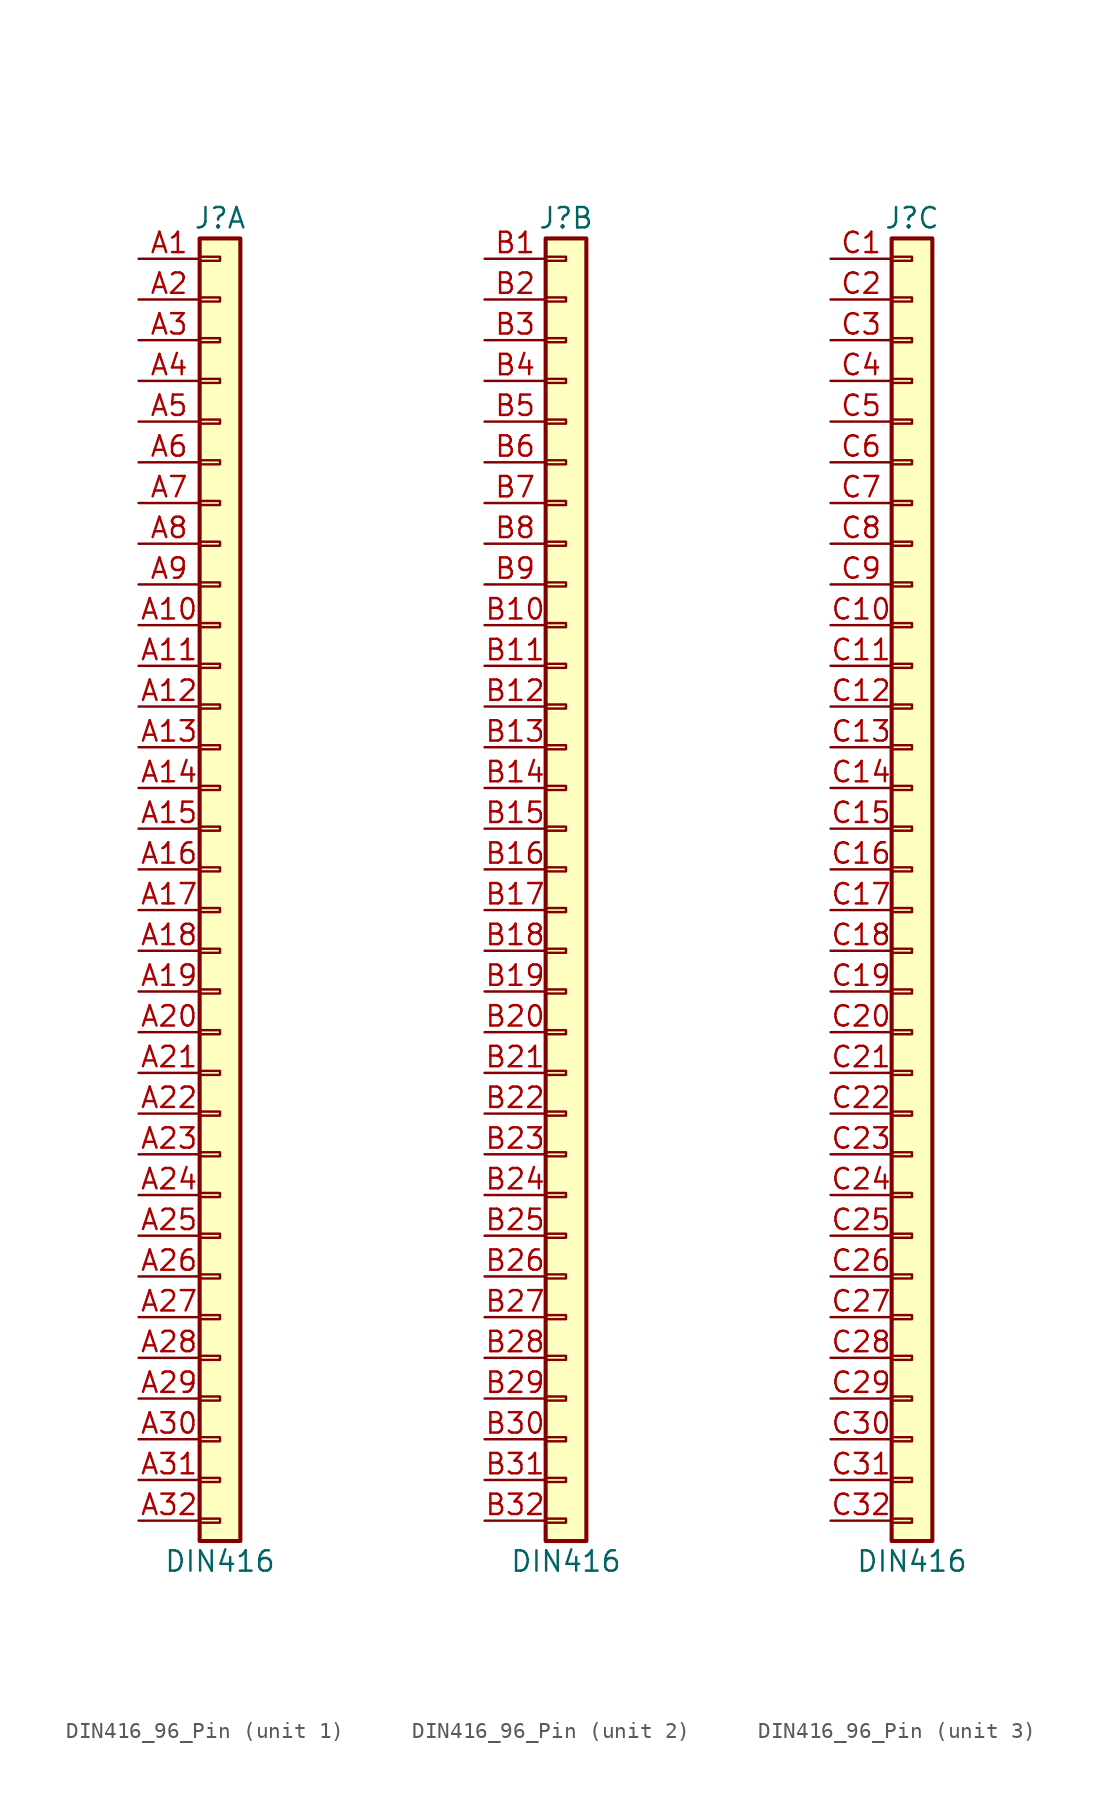
<source format=kicad_sym>
(kicad_symbol_lib
  (version 20241209)
  (generator "kicad_symbol_editor")
  (generator_version "9.0")
  (symbol "DIN416_96_Pin"
    (pin_names
      (offset 1.016)
      (hide yes))
    (property "Reference" "J"
      (at 0 40.64 0)
      (effects (font (size 1.27 1.27))))
    (property "Value" "DIN416"
      (at 0 -43.18 0)
      (effects (font (size 1.27 1.27))))
    (property "ki_locked" ""
      (at 0 0 0)
      (effects (font (size 1.27 1.27))))
    (symbol "DIN416_96_Pin_1_1"
      (rectangle (start -1.27 39.37) (end 1.27 -41.91) (stroke (width 0.254) (type default)) (fill (type background)))
      (rectangle (start -1.27 38.227) (end 0 37.973) (stroke (width 0.152) (type default)) (fill (type none)))
      (rectangle (start -1.27 35.687) (end 0 35.433) (stroke (width 0.152) (type default)) (fill (type none)))
      (rectangle (start -1.27 33.147) (end 0 32.893) (stroke (width 0.152) (type default)) (fill (type none)))
      (rectangle (start -1.27 30.607) (end 0 30.353) (stroke (width 0.152) (type default)) (fill (type none)))
      (rectangle (start -1.27 28.067) (end 0 27.813) (stroke (width 0.152) (type default)) (fill (type none)))
      (rectangle (start -1.27 25.527) (end 0 25.273) (stroke (width 0.152) (type default)) (fill (type none)))
      (rectangle (start -1.27 22.987) (end 0 22.733) (stroke (width 0.152) (type default)) (fill (type none)))
      (rectangle (start -1.27 20.447) (end 0 20.193) (stroke (width 0.152) (type default)) (fill (type none)))
      (rectangle (start -1.27 17.907) (end 0 17.653) (stroke (width 0.152) (type default)) (fill (type none)))
      (rectangle (start -1.27 15.367) (end 0 15.113) (stroke (width 0.152) (type default)) (fill (type none)))
      (rectangle (start -1.27 12.827) (end 0 12.573) (stroke (width 0.152) (type default)) (fill (type none)))
      (rectangle (start -1.27 10.287) (end 0 10.033) (stroke (width 0.152) (type default)) (fill (type none)))
      (rectangle (start -1.27 7.747) (end 0 7.493) (stroke (width 0.152) (type default)) (fill (type none)))
      (rectangle (start -1.27 5.207) (end 0 4.953) (stroke (width 0.152) (type default)) (fill (type none)))
      (rectangle (start -1.27 2.667) (end 0 2.413) (stroke (width 0.152) (type default)) (fill (type none)))
      (rectangle (start -1.27 0.127) (end 0 -0.127) (stroke (width 0.152) (type default)) (fill (type none)))
      (rectangle (start -1.27 -2.413) (end 0 -2.667) (stroke (width 0.152) (type default)) (fill (type none)))
      (rectangle (start -1.27 -4.953) (end 0 -5.207) (stroke (width 0.152) (type default)) (fill (type none)))
      (rectangle (start -1.27 -7.493) (end 0 -7.747) (stroke (width 0.152) (type default)) (fill (type none)))
      (rectangle (start -1.27 -10.033) (end 0 -10.287) (stroke (width 0.152) (type default)) (fill (type none)))
      (rectangle (start -1.27 -12.573) (end 0 -12.827) (stroke (width 0.152) (type default)) (fill (type none)))
      (rectangle (start -1.27 -15.113) (end 0 -15.367) (stroke (width 0.152) (type default)) (fill (type none)))
      (rectangle (start -1.27 -17.653) (end 0 -17.907) (stroke (width 0.152) (type default)) (fill (type none)))
      (rectangle (start -1.27 -20.193) (end 0 -20.447) (stroke (width 0.152) (type default)) (fill (type none)))
      (rectangle (start -1.27 -22.733) (end 0 -22.987) (stroke (width 0.152) (type default)) (fill (type none)))
      (rectangle (start -1.27 -25.273) (end 0 -25.527) (stroke (width 0.152) (type default)) (fill (type none)))
      (rectangle (start -1.27 -27.813) (end 0 -28.067) (stroke (width 0.152) (type default)) (fill (type none)))
      (rectangle (start -1.27 -30.353) (end 0 -30.607) (stroke (width 0.152) (type default)) (fill (type none)))
      (rectangle (start -1.27 -32.893) (end 0 -33.147) (stroke (width 0.152) (type default)) (fill (type none)))
      (rectangle (start -1.27 -35.433) (end 0 -35.687) (stroke (width 0.152) (type default)) (fill (type none)))
      (rectangle (start -1.27 -37.973) (end 0 -38.227) (stroke (width 0.152) (type default)) (fill (type none)))
      (rectangle (start -1.27 -40.513) (end 0 -40.767) (stroke (width 0.152) (type default)) (fill (type none)))
      (pin passive line (at -5.08 38.1 0) (length 3.81) (name "" (effects (font (size 1.27 1.27)))) (number "A1" (effects (font (size 1.27 1.27)))))
      (pin passive line (at -5.08 35.56 0) (length 3.81) (name "" (effects (font (size 1.27 1.27)))) (number "A2" (effects (font (size 1.27 1.27)))))
      (pin passive line (at -5.08 33.02 0) (length 3.81) (name "" (effects (font (size 1.27 1.27)))) (number "A3" (effects (font (size 1.27 1.27)))))
      (pin passive line (at -5.08 30.48 0) (length 3.81) (name "" (effects (font (size 1.27 1.27)))) (number "A4" (effects (font (size 1.27 1.27)))))
      (pin passive line (at -5.08 27.94 0) (length 3.81) (name "" (effects (font (size 1.27 1.27)))) (number "A5" (effects (font (size 1.27 1.27)))))
      (pin passive line (at -5.08 25.4 0) (length 3.81) (name "" (effects (font (size 1.27 1.27)))) (number "A6" (effects (font (size 1.27 1.27)))))
      (pin passive line (at -5.08 22.86 0) (length 3.81) (name "" (effects (font (size 1.27 1.27)))) (number "A7" (effects (font (size 1.27 1.27)))))
      (pin passive line (at -5.08 20.32 0) (length 3.81) (name "" (effects (font (size 1.27 1.27)))) (number "A8" (effects (font (size 1.27 1.27)))))
      (pin passive line (at -5.08 17.78 0) (length 3.81) (name "" (effects (font (size 1.27 1.27)))) (number "A9" (effects (font (size 1.27 1.27)))))
      (pin passive line (at -5.08 15.24 0) (length 3.81) (name "" (effects (font (size 1.27 1.27)))) (number "A10" (effects (font (size 1.27 1.27)))))
      (pin passive line (at -5.08 12.7 0) (length 3.81) (name "" (effects (font (size 1.27 1.27)))) (number "A11" (effects (font (size 1.27 1.27)))))
      (pin passive line (at -5.08 10.16 0) (length 3.81) (name "" (effects (font (size 1.27 1.27)))) (number "A12" (effects (font (size 1.27 1.27)))))
      (pin passive line (at -5.08 7.62 0) (length 3.81) (name "" (effects (font (size 1.27 1.27)))) (number "A13" (effects (font (size 1.27 1.27)))))
      (pin passive line (at -5.08 5.08 0) (length 3.81) (name "" (effects (font (size 1.27 1.27)))) (number "A14" (effects (font (size 1.27 1.27)))))
      (pin passive line (at -5.08 2.54 0) (length 3.81) (name "" (effects (font (size 1.27 1.27)))) (number "A15" (effects (font (size 1.27 1.27)))))
      (pin passive line (at -5.08 0 0) (length 3.81) (name "" (effects (font (size 1.27 1.27)))) (number "A16" (effects (font (size 1.27 1.27)))))
      (pin passive line (at -5.08 -2.54 0) (length 3.81) (name "" (effects (font (size 1.27 1.27)))) (number "A17" (effects (font (size 1.27 1.27)))))
      (pin passive line (at -5.08 -5.08 0) (length 3.81) (name "" (effects (font (size 1.27 1.27)))) (number "A18" (effects (font (size 1.27 1.27)))))
      (pin passive line (at -5.08 -7.62 0) (length 3.81) (name "" (effects (font (size 1.27 1.27)))) (number "A19" (effects (font (size 1.27 1.27)))))
      (pin passive line (at -5.08 -10.16 0) (length 3.81) (name "" (effects (font (size 1.27 1.27)))) (number "A20" (effects (font (size 1.27 1.27)))))
      (pin passive line (at -5.08 -12.7 0) (length 3.81) (name "" (effects (font (size 1.27 1.27)))) (number "A21" (effects (font (size 1.27 1.27)))))
      (pin passive line (at -5.08 -15.24 0) (length 3.81) (name "" (effects (font (size 1.27 1.27)))) (number "A22" (effects (font (size 1.27 1.27)))))
      (pin passive line (at -5.08 -17.78 0) (length 3.81) (name "" (effects (font (size 1.27 1.27)))) (number "A23" (effects (font (size 1.27 1.27)))))
      (pin passive line (at -5.08 -20.32 0) (length 3.81) (name "" (effects (font (size 1.27 1.27)))) (number "A24" (effects (font (size 1.27 1.27)))))
      (pin passive line (at -5.08 -22.86 0) (length 3.81) (name "" (effects (font (size 1.27 1.27)))) (number "A25" (effects (font (size 1.27 1.27)))))
      (pin passive line (at -5.08 -25.4 0) (length 3.81) (name "" (effects (font (size 1.27 1.27)))) (number "A26" (effects (font (size 1.27 1.27)))))
      (pin passive line (at -5.08 -27.94 0) (length 3.81) (name "" (effects (font (size 1.27 1.27)))) (number "A27" (effects (font (size 1.27 1.27)))))
      (pin passive line (at -5.08 -30.48 0) (length 3.81) (name "" (effects (font (size 1.27 1.27)))) (number "A28" (effects (font (size 1.27 1.27)))))
      (pin passive line (at -5.08 -33.02 0) (length 3.81) (name "" (effects (font (size 1.27 1.27)))) (number "A29" (effects (font (size 1.27 1.27)))))
      (pin passive line (at -5.08 -35.56 0) (length 3.81) (name "" (effects (font (size 1.27 1.27)))) (number "A30" (effects (font (size 1.27 1.27)))))
      (pin passive line (at -5.08 -38.1 0) (length 3.81) (name "" (effects (font (size 1.27 1.27)))) (number "A31" (effects (font (size 1.27 1.27)))))
      (pin passive line (at -5.08 -40.64 0) (length 3.81) (name "" (effects (font (size 1.27 1.27)))) (number "A32" (effects (font (size 1.27 1.27))))))
    (symbol "DIN416_96_Pin_2_1"
      (rectangle (start -1.27 39.37) (end 1.27 -41.91) (stroke (width 0.254) (type default)) (fill (type background)))
      (rectangle (start -1.27 38.227) (end 0 37.973) (stroke (width 0.152) (type default)) (fill (type none)))
      (rectangle (start -1.27 35.687) (end 0 35.433) (stroke (width 0.152) (type default)) (fill (type none)))
      (rectangle (start -1.27 33.147) (end 0 32.893) (stroke (width 0.152) (type default)) (fill (type none)))
      (rectangle (start -1.27 30.607) (end 0 30.353) (stroke (width 0.152) (type default)) (fill (type none)))
      (rectangle (start -1.27 28.067) (end 0 27.813) (stroke (width 0.152) (type default)) (fill (type none)))
      (rectangle (start -1.27 25.527) (end 0 25.273) (stroke (width 0.152) (type default)) (fill (type none)))
      (rectangle (start -1.27 22.987) (end 0 22.733) (stroke (width 0.152) (type default)) (fill (type none)))
      (rectangle (start -1.27 20.447) (end 0 20.193) (stroke (width 0.152) (type default)) (fill (type none)))
      (rectangle (start -1.27 17.907) (end 0 17.653) (stroke (width 0.152) (type default)) (fill (type none)))
      (rectangle (start -1.27 15.367) (end 0 15.113) (stroke (width 0.152) (type default)) (fill (type none)))
      (rectangle (start -1.27 12.827) (end 0 12.573) (stroke (width 0.152) (type default)) (fill (type none)))
      (rectangle (start -1.27 10.287) (end 0 10.033) (stroke (width 0.152) (type default)) (fill (type none)))
      (rectangle (start -1.27 7.747) (end 0 7.493) (stroke (width 0.152) (type default)) (fill (type none)))
      (rectangle (start -1.27 5.207) (end 0 4.953) (stroke (width 0.152) (type default)) (fill (type none)))
      (rectangle (start -1.27 2.667) (end 0 2.413) (stroke (width 0.152) (type default)) (fill (type none)))
      (rectangle (start -1.27 0.127) (end 0 -0.127) (stroke (width 0.152) (type default)) (fill (type none)))
      (rectangle (start -1.27 -2.413) (end 0 -2.667) (stroke (width 0.152) (type default)) (fill (type none)))
      (rectangle (start -1.27 -4.953) (end 0 -5.207) (stroke (width 0.152) (type default)) (fill (type none)))
      (rectangle (start -1.27 -7.493) (end 0 -7.747) (stroke (width 0.152) (type default)) (fill (type none)))
      (rectangle (start -1.27 -10.033) (end 0 -10.287) (stroke (width 0.152) (type default)) (fill (type none)))
      (rectangle (start -1.27 -12.573) (end 0 -12.827) (stroke (width 0.152) (type default)) (fill (type none)))
      (rectangle (start -1.27 -15.113) (end 0 -15.367) (stroke (width 0.152) (type default)) (fill (type none)))
      (rectangle (start -1.27 -17.653) (end 0 -17.907) (stroke (width 0.152) (type default)) (fill (type none)))
      (rectangle (start -1.27 -20.193) (end 0 -20.447) (stroke (width 0.152) (type default)) (fill (type none)))
      (rectangle (start -1.27 -22.733) (end 0 -22.987) (stroke (width 0.152) (type default)) (fill (type none)))
      (rectangle (start -1.27 -25.273) (end 0 -25.527) (stroke (width 0.152) (type default)) (fill (type none)))
      (rectangle (start -1.27 -27.813) (end 0 -28.067) (stroke (width 0.152) (type default)) (fill (type none)))
      (rectangle (start -1.27 -30.353) (end 0 -30.607) (stroke (width 0.152) (type default)) (fill (type none)))
      (rectangle (start -1.27 -32.893) (end 0 -33.147) (stroke (width 0.152) (type default)) (fill (type none)))
      (rectangle (start -1.27 -35.433) (end 0 -35.687) (stroke (width 0.152) (type default)) (fill (type none)))
      (rectangle (start -1.27 -37.973) (end 0 -38.227) (stroke (width 0.152) (type default)) (fill (type none)))
      (rectangle (start -1.27 -40.513) (end 0 -40.767) (stroke (width 0.152) (type default)) (fill (type none)))
      (pin passive line (at -5.08 38.1 0) (length 3.81) (name "" (effects (font (size 1.27 1.27)))) (number "B1" (effects (font (size 1.27 1.27)))))
      (pin passive line (at -5.08 35.56 0) (length 3.81) (name "" (effects (font (size 1.27 1.27)))) (number "B2" (effects (font (size 1.27 1.27)))))
      (pin passive line (at -5.08 33.02 0) (length 3.81) (name "" (effects (font (size 1.27 1.27)))) (number "B3" (effects (font (size 1.27 1.27)))))
      (pin passive line (at -5.08 30.48 0) (length 3.81) (name "" (effects (font (size 1.27 1.27)))) (number "B4" (effects (font (size 1.27 1.27)))))
      (pin passive line (at -5.08 27.94 0) (length 3.81) (name "" (effects (font (size 1.27 1.27)))) (number "B5" (effects (font (size 1.27 1.27)))))
      (pin passive line (at -5.08 25.4 0) (length 3.81) (name "" (effects (font (size 1.27 1.27)))) (number "B6" (effects (font (size 1.27 1.27)))))
      (pin passive line (at -5.08 22.86 0) (length 3.81) (name "" (effects (font (size 1.27 1.27)))) (number "B7" (effects (font (size 1.27 1.27)))))
      (pin passive line (at -5.08 20.32 0) (length 3.81) (name "" (effects (font (size 1.27 1.27)))) (number "B8" (effects (font (size 1.27 1.27)))))
      (pin passive line (at -5.08 17.78 0) (length 3.81) (name "" (effects (font (size 1.27 1.27)))) (number "B9" (effects (font (size 1.27 1.27)))))
      (pin passive line (at -5.08 15.24 0) (length 3.81) (name "" (effects (font (size 1.27 1.27)))) (number "B10" (effects (font (size 1.27 1.27)))))
      (pin passive line (at -5.08 12.7 0) (length 3.81) (name "" (effects (font (size 1.27 1.27)))) (number "B11" (effects (font (size 1.27 1.27)))))
      (pin passive line (at -5.08 10.16 0) (length 3.81) (name "" (effects (font (size 1.27 1.27)))) (number "B12" (effects (font (size 1.27 1.27)))))
      (pin passive line (at -5.08 7.62 0) (length 3.81) (name "" (effects (font (size 1.27 1.27)))) (number "B13" (effects (font (size 1.27 1.27)))))
      (pin passive line (at -5.08 5.08 0) (length 3.81) (name "" (effects (font (size 1.27 1.27)))) (number "B14" (effects (font (size 1.27 1.27)))))
      (pin passive line (at -5.08 2.54 0) (length 3.81) (name "" (effects (font (size 1.27 1.27)))) (number "B15" (effects (font (size 1.27 1.27)))))
      (pin passive line (at -5.08 0 0) (length 3.81) (name "" (effects (font (size 1.27 1.27)))) (number "B16" (effects (font (size 1.27 1.27)))))
      (pin passive line (at -5.08 -2.54 0) (length 3.81) (name "" (effects (font (size 1.27 1.27)))) (number "B17" (effects (font (size 1.27 1.27)))))
      (pin passive line (at -5.08 -5.08 0) (length 3.81) (name "" (effects (font (size 1.27 1.27)))) (number "B18" (effects (font (size 1.27 1.27)))))
      (pin passive line (at -5.08 -7.62 0) (length 3.81) (name "" (effects (font (size 1.27 1.27)))) (number "B19" (effects (font (size 1.27 1.27)))))
      (pin passive line (at -5.08 -10.16 0) (length 3.81) (name "" (effects (font (size 1.27 1.27)))) (number "B20" (effects (font (size 1.27 1.27)))))
      (pin passive line (at -5.08 -12.7 0) (length 3.81) (name "" (effects (font (size 1.27 1.27)))) (number "B21" (effects (font (size 1.27 1.27)))))
      (pin passive line (at -5.08 -15.24 0) (length 3.81) (name "" (effects (font (size 1.27 1.27)))) (number "B22" (effects (font (size 1.27 1.27)))))
      (pin passive line (at -5.08 -17.78 0) (length 3.81) (name "" (effects (font (size 1.27 1.27)))) (number "B23" (effects (font (size 1.27 1.27)))))
      (pin passive line (at -5.08 -20.32 0) (length 3.81) (name "" (effects (font (size 1.27 1.27)))) (number "B24" (effects (font (size 1.27 1.27)))))
      (pin passive line (at -5.08 -22.86 0) (length 3.81) (name "" (effects (font (size 1.27 1.27)))) (number "B25" (effects (font (size 1.27 1.27)))))
      (pin passive line (at -5.08 -25.4 0) (length 3.81) (name "" (effects (font (size 1.27 1.27)))) (number "B26" (effects (font (size 1.27 1.27)))))
      (pin passive line (at -5.08 -27.94 0) (length 3.81) (name "" (effects (font (size 1.27 1.27)))) (number "B27" (effects (font (size 1.27 1.27)))))
      (pin passive line (at -5.08 -30.48 0) (length 3.81) (name "" (effects (font (size 1.27 1.27)))) (number "B28" (effects (font (size 1.27 1.27)))))
      (pin passive line (at -5.08 -33.02 0) (length 3.81) (name "" (effects (font (size 1.27 1.27)))) (number "B29" (effects (font (size 1.27 1.27)))))
      (pin passive line (at -5.08 -35.56 0) (length 3.81) (name "" (effects (font (size 1.27 1.27)))) (number "B30" (effects (font (size 1.27 1.27)))))
      (pin passive line (at -5.08 -38.1 0) (length 3.81) (name "" (effects (font (size 1.27 1.27)))) (number "B31" (effects (font (size 1.27 1.27)))))
      (pin passive line (at -5.08 -40.64 0) (length 3.81) (name "" (effects (font (size 1.27 1.27)))) (number "B32" (effects (font (size 1.27 1.27))))))
    (symbol "DIN416_96_Pin_3_1"
      (rectangle (start -1.27 39.37) (end 1.27 -41.91) (stroke (width 0.254) (type default)) (fill (type background)))
      (rectangle (start -1.27 38.227) (end 0 37.973) (stroke (width 0.152) (type default)) (fill (type none)))
      (rectangle (start -1.27 35.687) (end 0 35.433) (stroke (width 0.152) (type default)) (fill (type none)))
      (rectangle (start -1.27 33.147) (end 0 32.893) (stroke (width 0.152) (type default)) (fill (type none)))
      (rectangle (start -1.27 30.607) (end 0 30.353) (stroke (width 0.152) (type default)) (fill (type none)))
      (rectangle (start -1.27 28.067) (end 0 27.813) (stroke (width 0.152) (type default)) (fill (type none)))
      (rectangle (start -1.27 25.527) (end 0 25.273) (stroke (width 0.152) (type default)) (fill (type none)))
      (rectangle (start -1.27 22.987) (end 0 22.733) (stroke (width 0.152) (type default)) (fill (type none)))
      (rectangle (start -1.27 20.447) (end 0 20.193) (stroke (width 0.152) (type default)) (fill (type none)))
      (rectangle (start -1.27 17.907) (end 0 17.653) (stroke (width 0.152) (type default)) (fill (type none)))
      (rectangle (start -1.27 15.367) (end 0 15.113) (stroke (width 0.152) (type default)) (fill (type none)))
      (rectangle (start -1.27 12.827) (end 0 12.573) (stroke (width 0.152) (type default)) (fill (type none)))
      (rectangle (start -1.27 10.287) (end 0 10.033) (stroke (width 0.152) (type default)) (fill (type none)))
      (rectangle (start -1.27 7.747) (end 0 7.493) (stroke (width 0.152) (type default)) (fill (type none)))
      (rectangle (start -1.27 5.207) (end 0 4.953) (stroke (width 0.152) (type default)) (fill (type none)))
      (rectangle (start -1.27 2.667) (end 0 2.413) (stroke (width 0.152) (type default)) (fill (type none)))
      (rectangle (start -1.27 0.127) (end 0 -0.127) (stroke (width 0.152) (type default)) (fill (type none)))
      (rectangle (start -1.27 -2.413) (end 0 -2.667) (stroke (width 0.152) (type default)) (fill (type none)))
      (rectangle (start -1.27 -4.953) (end 0 -5.207) (stroke (width 0.152) (type default)) (fill (type none)))
      (rectangle (start -1.27 -7.493) (end 0 -7.747) (stroke (width 0.152) (type default)) (fill (type none)))
      (rectangle (start -1.27 -10.033) (end 0 -10.287) (stroke (width 0.152) (type default)) (fill (type none)))
      (rectangle (start -1.27 -12.573) (end 0 -12.827) (stroke (width 0.152) (type default)) (fill (type none)))
      (rectangle (start -1.27 -15.113) (end 0 -15.367) (stroke (width 0.152) (type default)) (fill (type none)))
      (rectangle (start -1.27 -17.653) (end 0 -17.907) (stroke (width 0.152) (type default)) (fill (type none)))
      (rectangle (start -1.27 -20.193) (end 0 -20.447) (stroke (width 0.152) (type default)) (fill (type none)))
      (rectangle (start -1.27 -22.733) (end 0 -22.987) (stroke (width 0.152) (type default)) (fill (type none)))
      (rectangle (start -1.27 -25.273) (end 0 -25.527) (stroke (width 0.152) (type default)) (fill (type none)))
      (rectangle (start -1.27 -27.813) (end 0 -28.067) (stroke (width 0.152) (type default)) (fill (type none)))
      (rectangle (start -1.27 -30.353) (end 0 -30.607) (stroke (width 0.152) (type default)) (fill (type none)))
      (rectangle (start -1.27 -32.893) (end 0 -33.147) (stroke (width 0.152) (type default)) (fill (type none)))
      (rectangle (start -1.27 -35.433) (end 0 -35.687) (stroke (width 0.152) (type default)) (fill (type none)))
      (rectangle (start -1.27 -37.973) (end 0 -38.227) (stroke (width 0.152) (type default)) (fill (type none)))
      (rectangle (start -1.27 -40.513) (end 0 -40.767) (stroke (width 0.152) (type default)) (fill (type none)))
      (pin passive line (at -5.08 38.1 0) (length 3.81) (name "" (effects (font (size 1.27 1.27)))) (number "C1" (effects (font (size 1.27 1.27)))))
      (pin passive line (at -5.08 35.56 0) (length 3.81) (name "" (effects (font (size 1.27 1.27)))) (number "C2" (effects (font (size 1.27 1.27)))))
      (pin passive line (at -5.08 33.02 0) (length 3.81) (name "" (effects (font (size 1.27 1.27)))) (number "C3" (effects (font (size 1.27 1.27)))))
      (pin passive line (at -5.08 30.48 0) (length 3.81) (name "" (effects (font (size 1.27 1.27)))) (number "C4" (effects (font (size 1.27 1.27)))))
      (pin passive line (at -5.08 27.94 0) (length 3.81) (name "" (effects (font (size 1.27 1.27)))) (number "C5" (effects (font (size 1.27 1.27)))))
      (pin passive line (at -5.08 25.4 0) (length 3.81) (name "" (effects (font (size 1.27 1.27)))) (number "C6" (effects (font (size 1.27 1.27)))))
      (pin passive line (at -5.08 22.86 0) (length 3.81) (name "" (effects (font (size 1.27 1.27)))) (number "C7" (effects (font (size 1.27 1.27)))))
      (pin passive line (at -5.08 20.32 0) (length 3.81) (name "" (effects (font (size 1.27 1.27)))) (number "C8" (effects (font (size 1.27 1.27)))))
      (pin passive line (at -5.08 17.78 0) (length 3.81) (name "" (effects (font (size 1.27 1.27)))) (number "C9" (effects (font (size 1.27 1.27)))))
      (pin passive line (at -5.08 15.24 0) (length 3.81) (name "" (effects (font (size 1.27 1.27)))) (number "C10" (effects (font (size 1.27 1.27)))))
      (pin passive line (at -5.08 12.7 0) (length 3.81) (name "" (effects (font (size 1.27 1.27)))) (number "C11" (effects (font (size 1.27 1.27)))))
      (pin passive line (at -5.08 10.16 0) (length 3.81) (name "" (effects (font (size 1.27 1.27)))) (number "C12" (effects (font (size 1.27 1.27)))))
      (pin passive line (at -5.08 7.62 0) (length 3.81) (name "" (effects (font (size 1.27 1.27)))) (number "C13" (effects (font (size 1.27 1.27)))))
      (pin passive line (at -5.08 5.08 0) (length 3.81) (name "" (effects (font (size 1.27 1.27)))) (number "C14" (effects (font (size 1.27 1.27)))))
      (pin passive line (at -5.08 2.54 0) (length 3.81) (name "" (effects (font (size 1.27 1.27)))) (number "C15" (effects (font (size 1.27 1.27)))))
      (pin passive line (at -5.08 0 0) (length 3.81) (name "" (effects (font (size 1.27 1.27)))) (number "C16" (effects (font (size 1.27 1.27)))))
      (pin passive line (at -5.08 -2.54 0) (length 3.81) (name "" (effects (font (size 1.27 1.27)))) (number "C17" (effects (font (size 1.27 1.27)))))
      (pin passive line (at -5.08 -5.08 0) (length 3.81) (name "" (effects (font (size 1.27 1.27)))) (number "C18" (effects (font (size 1.27 1.27)))))
      (pin passive line (at -5.08 -7.62 0) (length 3.81) (name "" (effects (font (size 1.27 1.27)))) (number "C19" (effects (font (size 1.27 1.27)))))
      (pin passive line (at -5.08 -10.16 0) (length 3.81) (name "" (effects (font (size 1.27 1.27)))) (number "C20" (effects (font (size 1.27 1.27)))))
      (pin passive line (at -5.08 -12.7 0) (length 3.81) (name "" (effects (font (size 1.27 1.27)))) (number "C21" (effects (font (size 1.27 1.27)))))
      (pin passive line (at -5.08 -15.24 0) (length 3.81) (name "" (effects (font (size 1.27 1.27)))) (number "C22" (effects (font (size 1.27 1.27)))))
      (pin passive line (at -5.08 -17.78 0) (length 3.81) (name "" (effects (font (size 1.27 1.27)))) (number "C23" (effects (font (size 1.27 1.27)))))
      (pin passive line (at -5.08 -20.32 0) (length 3.81) (name "" (effects (font (size 1.27 1.27)))) (number "C24" (effects (font (size 1.27 1.27)))))
      (pin passive line (at -5.08 -22.86 0) (length 3.81) (name "" (effects (font (size 1.27 1.27)))) (number "C25" (effects (font (size 1.27 1.27)))))
      (pin passive line (at -5.08 -25.4 0) (length 3.81) (name "" (effects (font (size 1.27 1.27)))) (number "C26" (effects (font (size 1.27 1.27)))))
      (pin passive line (at -5.08 -27.94 0) (length 3.81) (name "" (effects (font (size 1.27 1.27)))) (number "C27" (effects (font (size 1.27 1.27)))))
      (pin passive line (at -5.08 -30.48 0) (length 3.81) (name "" (effects (font (size 1.27 1.27)))) (number "C28" (effects (font (size 1.27 1.27)))))
      (pin passive line (at -5.08 -33.02 0) (length 3.81) (name "" (effects (font (size 1.27 1.27)))) (number "C29" (effects (font (size 1.27 1.27)))))
      (pin passive line (at -5.08 -35.56 0) (length 3.81) (name "" (effects (font (size 1.27 1.27)))) (number "C30" (effects (font (size 1.27 1.27)))))
      (pin passive line (at -5.08 -38.1 0) (length 3.81) (name "" (effects (font (size 1.27 1.27)))) (number "C31" (effects (font (size 1.27 1.27)))))
      (pin passive line (at -5.08 -40.64 0) (length 3.81) (name "" (effects (font (size 1.27 1.27)))) (number "C32" (effects (font (size 1.27 1.27))))))))
</source>
